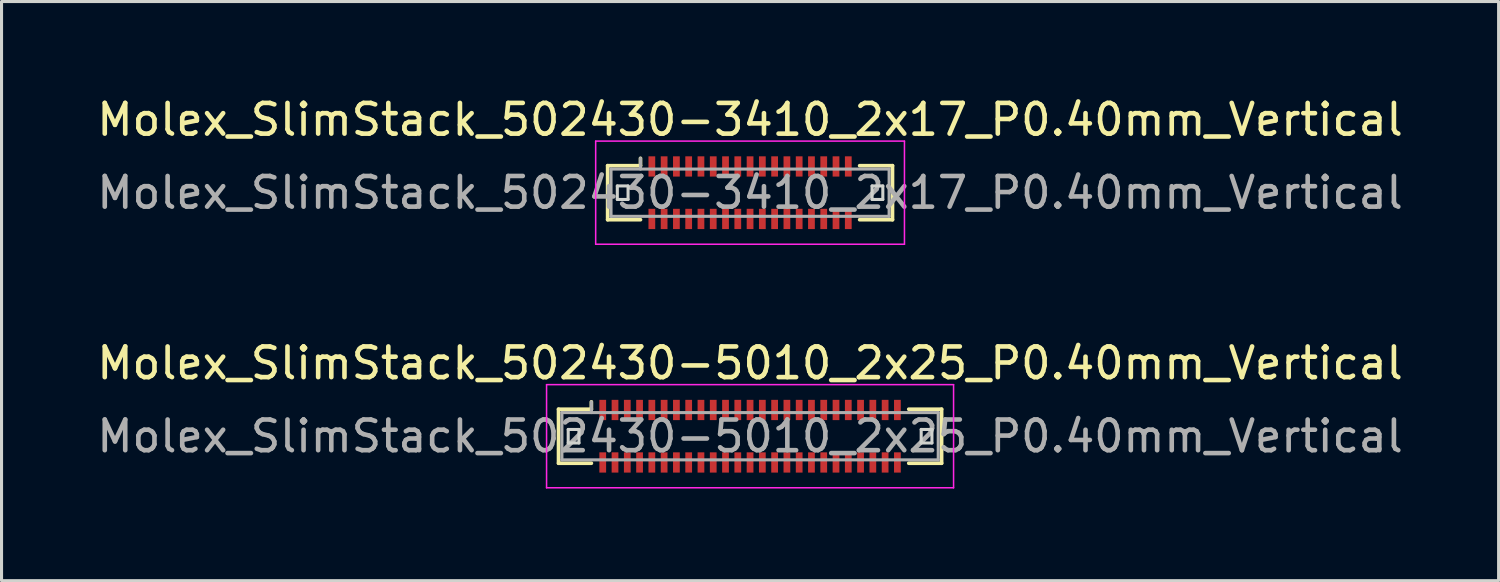
<source format=kicad_pcb>
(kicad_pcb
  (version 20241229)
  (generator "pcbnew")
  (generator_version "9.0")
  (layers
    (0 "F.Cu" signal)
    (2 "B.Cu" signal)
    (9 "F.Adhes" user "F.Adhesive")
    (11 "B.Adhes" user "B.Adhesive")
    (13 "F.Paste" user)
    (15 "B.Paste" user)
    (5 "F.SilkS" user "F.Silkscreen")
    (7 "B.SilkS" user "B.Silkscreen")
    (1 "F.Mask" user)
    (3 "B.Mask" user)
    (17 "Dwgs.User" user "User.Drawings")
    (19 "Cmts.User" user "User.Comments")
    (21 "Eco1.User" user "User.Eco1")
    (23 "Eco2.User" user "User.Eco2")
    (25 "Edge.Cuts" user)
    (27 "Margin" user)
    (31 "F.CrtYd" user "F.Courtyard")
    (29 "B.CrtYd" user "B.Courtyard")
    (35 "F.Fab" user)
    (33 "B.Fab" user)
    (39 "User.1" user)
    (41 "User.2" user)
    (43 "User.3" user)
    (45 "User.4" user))
  (footprint "Molex_SlimStack_502430-5010_2x25_P0.40mm_Vertical"
    (layer "F.Cu")
    (at 21.387 11.162)
    (property "Reference" "Molex_SlimStack_502430-5010_2x25_P0.40mm_Vertical" (at 0 -2.38 0) (layer "F.SilkS") (effects (font (size 1 1) (thickness 0.15))))
    (attr smd)
    (fp_line (start -6.24 -0.88) (end -5.17 -0.88) (stroke (width 0.12) (type solid)) (layer "F.SilkS"))
    (fp_line (start -6.24 0.88) (end -6.24 -0.88) (stroke (width 0.12) (type solid)) (layer "F.SilkS"))
    (fp_line (start -5.17 -0.88) (end -5.17 -1.12) (stroke (width 0.12) (type solid)) (layer "F.SilkS"))
    (fp_line (start -5.17 0.88) (end -6.24 0.88) (stroke (width 0.12) (type solid)) (layer "F.SilkS"))
    (fp_line (start 5.17 0.88) (end 6.24 0.88) (stroke (width 0.12) (type solid)) (layer "F.SilkS"))
    (fp_line (start 6.24 -0.88) (end 5.17 -0.88) (stroke (width 0.12) (type solid)) (layer "F.SilkS"))
    (fp_line (start 6.24 0.88) (end 6.24 -0.88) (stroke (width 0.12) (type solid)) (layer "F.SilkS"))
    (fp_line (start -5.925 -0.22) (end -5.925 0.22) (stroke (width 0.1) (type solid)) (layer "Edge.Cuts"))
    (fp_line (start -5.925 0.22) (end -5.575 0.22) (stroke (width 0.1) (type solid)) (layer "Edge.Cuts"))
    (fp_line (start -5.575 -0.22) (end -5.925 -0.22) (stroke (width 0.1) (type solid)) (layer "Edge.Cuts"))
    (fp_line (start -5.575 0.22) (end -5.575 -0.22) (stroke (width 0.1) (type solid)) (layer "Edge.Cuts"))
    (fp_line (start 5.575 -0.22) (end 5.575 0.22) (stroke (width 0.1) (type solid)) (layer "Edge.Cuts"))
    (fp_line (start 5.575 0.22) (end 5.925 0.22) (stroke (width 0.1) (type solid)) (layer "Edge.Cuts"))
    (fp_line (start 5.925 -0.22) (end 5.575 -0.22) (stroke (width 0.1) (type solid)) (layer "Edge.Cuts"))
    (fp_line (start 5.925 0.22) (end 5.925 -0.22) (stroke (width 0.1) (type solid)) (layer "Edge.Cuts"))
    (fp_line (start -6.63 -1.68) (end -6.63 1.68) (stroke (width 0.05) (type solid)) (layer "F.CrtYd"))
    (fp_line (start -6.63 1.68) (end 6.63 1.68) (stroke (width 0.05) (type solid)) (layer "F.CrtYd"))
    (fp_line (start 6.63 -1.68) (end -6.63 -1.68) (stroke (width 0.05) (type solid)) (layer "F.CrtYd"))
    (fp_line (start 6.63 1.68) (end 6.63 -1.68) (stroke (width 0.05) (type solid)) (layer "F.CrtYd"))
    (fp_line (start -6.13 -0.77) (end -6.13 0.77) (stroke (width 0.1) (type solid)) (layer "F.Fab"))
    (fp_line (start -6.13 0.77) (end 6.13 0.77) (stroke (width 0.1) (type solid)) (layer "F.Fab"))
    (fp_line (start -5.17 -0.77) (end -5.17 -1.12) (stroke (width 0.1) (type solid)) (layer "F.Fab"))
    (fp_line (start 6.13 -0.77) (end -6.13 -0.77) (stroke (width 0.1) (type solid)) (layer "F.Fab"))
    (fp_line (start 6.13 0.77) (end 6.13 -0.77) (stroke (width 0.1) (type solid)) (layer "F.Fab"))
    (fp_text user "${REFERENCE}" (at 0 0 0) (layer "F.Fab") (effects (font (size 1 1) (thickness 0.15))))
    (pad "1" smd rect (at -4.8 -0.855) (size 0.22 0.66) (layers "F.Cu" "F.Mask" "F.Paste"))
    (pad "2" smd rect (at -4.8 0.855) (size 0.22 0.66) (layers "F.Cu" "F.Mask" "F.Paste"))
    (pad "3" smd rect (at -4.4 -0.855) (size 0.22 0.66) (layers "F.Cu" "F.Mask" "F.Paste"))
    (pad "4" smd rect (at -4.4 0.855) (size 0.22 0.66) (layers "F.Cu" "F.Mask" "F.Paste"))
    (pad "5" smd rect (at -4 -0.855) (size 0.22 0.66) (layers "F.Cu" "F.Mask" "F.Paste"))
    (pad "6" smd rect (at -4 0.855) (size 0.22 0.66) (layers "F.Cu" "F.Mask" "F.Paste"))
    (pad "7" smd rect (at -3.6 -0.855) (size 0.22 0.66) (layers "F.Cu" "F.Mask" "F.Paste"))
    (pad "8" smd rect (at -3.6 0.855) (size 0.22 0.66) (layers "F.Cu" "F.Mask" "F.Paste"))
    (pad "9" smd rect (at -3.2 -0.855) (size 0.22 0.66) (layers "F.Cu" "F.Mask" "F.Paste"))
    (pad "10" smd rect (at -3.2 0.855) (size 0.22 0.66) (layers "F.Cu" "F.Mask" "F.Paste"))
    (pad "11" smd rect (at -2.8 -0.855) (size 0.22 0.66) (layers "F.Cu" "F.Mask" "F.Paste"))
    (pad "12" smd rect (at -2.8 0.855) (size 0.22 0.66) (layers "F.Cu" "F.Mask" "F.Paste"))
    (pad "13" smd rect (at -2.4 -0.855) (size 0.22 0.66) (layers "F.Cu" "F.Mask" "F.Paste"))
    (pad "14" smd rect (at -2.4 0.855) (size 0.22 0.66) (layers "F.Cu" "F.Mask" "F.Paste"))
    (pad "15" smd rect (at -2 -0.855) (size 0.22 0.66) (layers "F.Cu" "F.Mask" "F.Paste"))
    (pad "16" smd rect (at -2 0.855) (size 0.22 0.66) (layers "F.Cu" "F.Mask" "F.Paste"))
    (pad "17" smd rect (at -1.6 -0.855) (size 0.22 0.66) (layers "F.Cu" "F.Mask" "F.Paste"))
    (pad "18" smd rect (at -1.6 0.855) (size 0.22 0.66) (layers "F.Cu" "F.Mask" "F.Paste"))
    (pad "19" smd rect (at -1.2 -0.855) (size 0.22 0.66) (layers "F.Cu" "F.Mask" "F.Paste"))
    (pad "20" smd rect (at -1.2 0.855) (size 0.22 0.66) (layers "F.Cu" "F.Mask" "F.Paste"))
    (pad "21" smd rect (at -0.8 -0.855) (size 0.22 0.66) (layers "F.Cu" "F.Mask" "F.Paste"))
    (pad "22" smd rect (at -0.8 0.855) (size 0.22 0.66) (layers "F.Cu" "F.Mask" "F.Paste"))
    (pad "23" smd rect (at -0.4 -0.855) (size 0.22 0.66) (layers "F.Cu" "F.Mask" "F.Paste"))
    (pad "24" smd rect (at -0.4 0.855) (size 0.22 0.66) (layers "F.Cu" "F.Mask" "F.Paste"))
    (pad "25" smd rect (at 0 -0.855) (size 0.22 0.66) (layers "F.Cu" "F.Mask" "F.Paste"))
    (pad "26" smd rect (at 0 0.855) (size 0.22 0.66) (layers "F.Cu" "F.Mask" "F.Paste"))
    (pad "27" smd rect (at 0.4 -0.855) (size 0.22 0.66) (layers "F.Cu" "F.Mask" "F.Paste"))
    (pad "28" smd rect (at 0.4 0.855) (size 0.22 0.66) (layers "F.Cu" "F.Mask" "F.Paste"))
    (pad "29" smd rect (at 0.8 -0.855) (size 0.22 0.66) (layers "F.Cu" "F.Mask" "F.Paste"))
    (pad "30" smd rect (at 0.8 0.855) (size 0.22 0.66) (layers "F.Cu" "F.Mask" "F.Paste"))
    (pad "31" smd rect (at 1.2 -0.855) (size 0.22 0.66) (layers "F.Cu" "F.Mask" "F.Paste"))
    (pad "32" smd rect (at 1.2 0.855) (size 0.22 0.66) (layers "F.Cu" "F.Mask" "F.Paste"))
    (pad "33" smd rect (at 1.6 -0.855) (size 0.22 0.66) (layers "F.Cu" "F.Mask" "F.Paste"))
    (pad "34" smd rect (at 1.6 0.855) (size 0.22 0.66) (layers "F.Cu" "F.Mask" "F.Paste"))
    (pad "35" smd rect (at 2 -0.855) (size 0.22 0.66) (layers "F.Cu" "F.Mask" "F.Paste"))
    (pad "36" smd rect (at 2 0.855) (size 0.22 0.66) (layers "F.Cu" "F.Mask" "F.Paste"))
    (pad "37" smd rect (at 2.4 -0.855) (size 0.22 0.66) (layers "F.Cu" "F.Mask" "F.Paste"))
    (pad "38" smd rect (at 2.4 0.855) (size 0.22 0.66) (layers "F.Cu" "F.Mask" "F.Paste"))
    (pad "39" smd rect (at 2.8 -0.855) (size 0.22 0.66) (layers "F.Cu" "F.Mask" "F.Paste"))
    (pad "40" smd rect (at 2.8 0.855) (size 0.22 0.66) (layers "F.Cu" "F.Mask" "F.Paste"))
    (pad "41" smd rect (at 3.2 -0.855) (size 0.22 0.66) (layers "F.Cu" "F.Mask" "F.Paste"))
    (pad "42" smd rect (at 3.2 0.855) (size 0.22 0.66) (layers "F.Cu" "F.Mask" "F.Paste"))
    (pad "43" smd rect (at 3.6 -0.855) (size 0.22 0.66) (layers "F.Cu" "F.Mask" "F.Paste"))
    (pad "44" smd rect (at 3.6 0.855) (size 0.22 0.66) (layers "F.Cu" "F.Mask" "F.Paste"))
    (pad "45" smd rect (at 4 -0.855) (size 0.22 0.66) (layers "F.Cu" "F.Mask" "F.Paste"))
    (pad "46" smd rect (at 4 0.855) (size 0.22 0.66) (layers "F.Cu" "F.Mask" "F.Paste"))
    (pad "47" smd rect (at 4.4 -0.855) (size 0.22 0.66) (layers "F.Cu" "F.Mask" "F.Paste"))
    (pad "48" smd rect (at 4.4 0.855) (size 0.22 0.66) (layers "F.Cu" "F.Mask" "F.Paste"))
    (pad "49" smd rect (at 4.8 -0.855) (size 0.22 0.66) (layers "F.Cu" "F.Mask" "F.Paste"))
    (pad "50" smd rect (at 4.8 0.855) (size 0.22 0.66) (layers "F.Cu" "F.Mask" "F.Paste")))
  (footprint "Molex_SlimStack_502430-3410_2x17_P0.40mm_Vertical"
    (layer "F.Cu")
    (at 21.387 3.228)
    (property "Reference" "Molex_SlimStack_502430-3410_2x17_P0.40mm_Vertical" (at 0 -2.38 0) (layer "F.SilkS") (effects (font (size 1 1) (thickness 0.15))))
    (attr smd)
    (fp_line (start -4.64 -0.88) (end -3.57 -0.88) (stroke (width 0.12) (type solid)) (layer "F.SilkS"))
    (fp_line (start -4.64 0.88) (end -4.64 -0.88) (stroke (width 0.12) (type solid)) (layer "F.SilkS"))
    (fp_line (start -3.57 -0.88) (end -3.57 -1.12) (stroke (width 0.12) (type solid)) (layer "F.SilkS"))
    (fp_line (start -3.57 0.88) (end -4.64 0.88) (stroke (width 0.12) (type solid)) (layer "F.SilkS"))
    (fp_line (start 3.57 0.88) (end 4.64 0.88) (stroke (width 0.12) (type solid)) (layer "F.SilkS"))
    (fp_line (start 4.64 -0.88) (end 3.57 -0.88) (stroke (width 0.12) (type solid)) (layer "F.SilkS"))
    (fp_line (start 4.64 0.88) (end 4.64 -0.88) (stroke (width 0.12) (type solid)) (layer "F.SilkS"))
    (fp_line (start -4.325 -0.22) (end -4.325 0.22) (stroke (width 0.1) (type solid)) (layer "Edge.Cuts"))
    (fp_line (start -4.325 0.22) (end -3.975 0.22) (stroke (width 0.1) (type solid)) (layer "Edge.Cuts"))
    (fp_line (start -3.975 -0.22) (end -4.325 -0.22) (stroke (width 0.1) (type solid)) (layer "Edge.Cuts"))
    (fp_line (start -3.975 0.22) (end -3.975 -0.22) (stroke (width 0.1) (type solid)) (layer "Edge.Cuts"))
    (fp_line (start 3.975 -0.22) (end 3.975 0.22) (stroke (width 0.1) (type solid)) (layer "Edge.Cuts"))
    (fp_line (start 3.975 0.22) (end 4.325 0.22) (stroke (width 0.1) (type solid)) (layer "Edge.Cuts"))
    (fp_line (start 4.325 -0.22) (end 3.975 -0.22) (stroke (width 0.1) (type solid)) (layer "Edge.Cuts"))
    (fp_line (start 4.325 0.22) (end 4.325 -0.22) (stroke (width 0.1) (type solid)) (layer "Edge.Cuts"))
    (fp_line (start -5.03 -1.68) (end -5.03 1.68) (stroke (width 0.05) (type solid)) (layer "F.CrtYd"))
    (fp_line (start -5.03 1.68) (end 5.03 1.68) (stroke (width 0.05) (type solid)) (layer "F.CrtYd"))
    (fp_line (start 5.03 -1.68) (end -5.03 -1.68) (stroke (width 0.05) (type solid)) (layer "F.CrtYd"))
    (fp_line (start 5.03 1.68) (end 5.03 -1.68) (stroke (width 0.05) (type solid)) (layer "F.CrtYd"))
    (fp_line (start -4.53 -0.77) (end -4.53 0.77) (stroke (width 0.1) (type solid)) (layer "F.Fab"))
    (fp_line (start -4.53 0.77) (end 4.53 0.77) (stroke (width 0.1) (type solid)) (layer "F.Fab"))
    (fp_line (start -3.57 -0.77) (end -3.57 -1.12) (stroke (width 0.1) (type solid)) (layer "F.Fab"))
    (fp_line (start 4.53 -0.77) (end -4.53 -0.77) (stroke (width 0.1) (type solid)) (layer "F.Fab"))
    (fp_line (start 4.53 0.77) (end 4.53 -0.77) (stroke (width 0.1) (type solid)) (layer "F.Fab"))
    (fp_text user "${REFERENCE}" (at 0 0 0) (layer "F.Fab") (effects (font (size 1 1) (thickness 0.15))))
    (pad "1" smd rect (at -3.2 -0.855) (size 0.22 0.66) (layers "F.Cu" "F.Mask" "F.Paste"))
    (pad "2" smd rect (at -3.2 0.855) (size 0.22 0.66) (layers "F.Cu" "F.Mask" "F.Paste"))
    (pad "3" smd rect (at -2.8 -0.855) (size 0.22 0.66) (layers "F.Cu" "F.Mask" "F.Paste"))
    (pad "4" smd rect (at -2.8 0.855) (size 0.22 0.66) (layers "F.Cu" "F.Mask" "F.Paste"))
    (pad "5" smd rect (at -2.4 -0.855) (size 0.22 0.66) (layers "F.Cu" "F.Mask" "F.Paste"))
    (pad "6" smd rect (at -2.4 0.855) (size 0.22 0.66) (layers "F.Cu" "F.Mask" "F.Paste"))
    (pad "7" smd rect (at -2 -0.855) (size 0.22 0.66) (layers "F.Cu" "F.Mask" "F.Paste"))
    (pad "8" smd rect (at -2 0.855) (size 0.22 0.66) (layers "F.Cu" "F.Mask" "F.Paste"))
    (pad "9" smd rect (at -1.6 -0.855) (size 0.22 0.66) (layers "F.Cu" "F.Mask" "F.Paste"))
    (pad "10" smd rect (at -1.6 0.855) (size 0.22 0.66) (layers "F.Cu" "F.Mask" "F.Paste"))
    (pad "11" smd rect (at -1.2 -0.855) (size 0.22 0.66) (layers "F.Cu" "F.Mask" "F.Paste"))
    (pad "12" smd rect (at -1.2 0.855) (size 0.22 0.66) (layers "F.Cu" "F.Mask" "F.Paste"))
    (pad "13" smd rect (at -0.8 -0.855) (size 0.22 0.66) (layers "F.Cu" "F.Mask" "F.Paste"))
    (pad "14" smd rect (at -0.8 0.855) (size 0.22 0.66) (layers "F.Cu" "F.Mask" "F.Paste"))
    (pad "15" smd rect (at -0.4 -0.855) (size 0.22 0.66) (layers "F.Cu" "F.Mask" "F.Paste"))
    (pad "16" smd rect (at -0.4 0.855) (size 0.22 0.66) (layers "F.Cu" "F.Mask" "F.Paste"))
    (pad "17" smd rect (at 0 -0.855) (size 0.22 0.66) (layers "F.Cu" "F.Mask" "F.Paste"))
    (pad "18" smd rect (at 0 0.855) (size 0.22 0.66) (layers "F.Cu" "F.Mask" "F.Paste"))
    (pad "19" smd rect (at 0.4 -0.855) (size 0.22 0.66) (layers "F.Cu" "F.Mask" "F.Paste"))
    (pad "20" smd rect (at 0.4 0.855) (size 0.22 0.66) (layers "F.Cu" "F.Mask" "F.Paste"))
    (pad "21" smd rect (at 0.8 -0.855) (size 0.22 0.66) (layers "F.Cu" "F.Mask" "F.Paste"))
    (pad "22" smd rect (at 0.8 0.855) (size 0.22 0.66) (layers "F.Cu" "F.Mask" "F.Paste"))
    (pad "23" smd rect (at 1.2 -0.855) (size 0.22 0.66) (layers "F.Cu" "F.Mask" "F.Paste"))
    (pad "24" smd rect (at 1.2 0.855) (size 0.22 0.66) (layers "F.Cu" "F.Mask" "F.Paste"))
    (pad "25" smd rect (at 1.6 -0.855) (size 0.22 0.66) (layers "F.Cu" "F.Mask" "F.Paste"))
    (pad "26" smd rect (at 1.6 0.855) (size 0.22 0.66) (layers "F.Cu" "F.Mask" "F.Paste"))
    (pad "27" smd rect (at 2 -0.855) (size 0.22 0.66) (layers "F.Cu" "F.Mask" "F.Paste"))
    (pad "28" smd rect (at 2 0.855) (size 0.22 0.66) (layers "F.Cu" "F.Mask" "F.Paste"))
    (pad "29" smd rect (at 2.4 -0.855) (size 0.22 0.66) (layers "F.Cu" "F.Mask" "F.Paste"))
    (pad "30" smd rect (at 2.4 0.855) (size 0.22 0.66) (layers "F.Cu" "F.Mask" "F.Paste"))
    (pad "31" smd rect (at 2.8 -0.855) (size 0.22 0.66) (layers "F.Cu" "F.Mask" "F.Paste"))
    (pad "32" smd rect (at 2.8 0.855) (size 0.22 0.66) (layers "F.Cu" "F.Mask" "F.Paste"))
    (pad "33" smd rect (at 3.2 -0.855) (size 0.22 0.66) (layers "F.Cu" "F.Mask" "F.Paste"))
    (pad "34" smd rect (at 3.2 0.855) (size 0.22 0.66) (layers "F.Cu" "F.Mask" "F.Paste")))
  (gr_rect
    (start -3 -3)
    (end 45.774 15.867)
    (stroke (width 0.1) (type default))
    (fill no)
    (layer "Edge.Cuts")))
</source>
